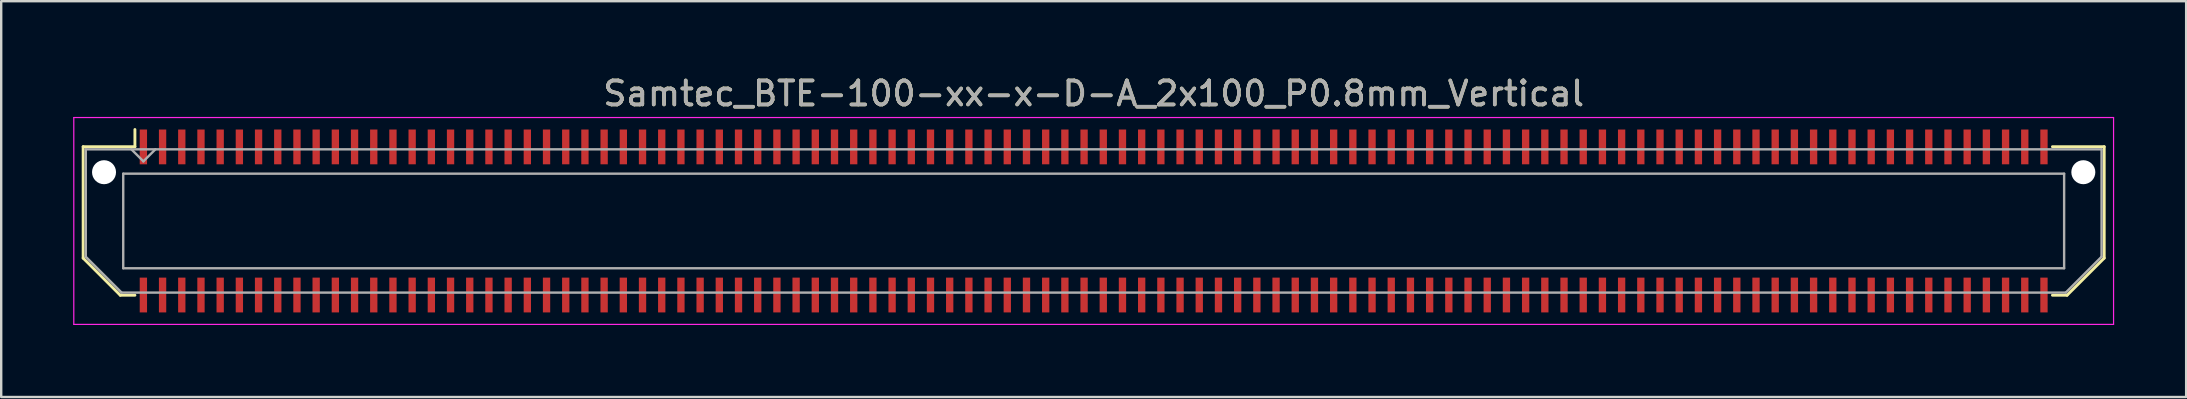
<source format=kicad_pcb>
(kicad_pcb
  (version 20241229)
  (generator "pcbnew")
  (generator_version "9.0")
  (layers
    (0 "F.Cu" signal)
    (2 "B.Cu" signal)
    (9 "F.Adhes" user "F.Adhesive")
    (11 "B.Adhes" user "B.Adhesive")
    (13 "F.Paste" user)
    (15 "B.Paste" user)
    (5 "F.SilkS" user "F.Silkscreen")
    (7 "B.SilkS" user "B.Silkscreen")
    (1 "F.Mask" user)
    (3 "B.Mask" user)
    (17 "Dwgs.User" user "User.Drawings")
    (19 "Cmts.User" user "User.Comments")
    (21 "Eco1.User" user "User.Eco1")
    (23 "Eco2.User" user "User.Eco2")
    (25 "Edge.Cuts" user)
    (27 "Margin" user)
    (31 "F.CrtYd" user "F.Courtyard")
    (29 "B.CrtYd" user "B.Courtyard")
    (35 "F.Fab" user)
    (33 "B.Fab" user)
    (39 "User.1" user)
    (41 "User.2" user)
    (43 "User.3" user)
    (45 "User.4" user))
  (footprint "Samtec_BTE-100-xx-x-D-A_2x100_P0.8mm_Vertical"
    (layer "F.Cu")
    (at 42.525 6.158)
    (property "Reference" "Samtec_BTE-100-xx-x-D-A_2x100_P0.8mm_Vertical" (at 0 -5.31 0) (layer "F.SilkS") (effects (font (size 1 1) (thickness 0.15))))
    (attr smd)
    (fp_line (start -42.11 -3.095) (end -42.11 1.548) (stroke (width 0.12) (type solid)) (layer "F.SilkS"))
    (fp_line (start -42.11 1.548) (end -40.562 3.095) (stroke (width 0.12) (type solid)) (layer "F.SilkS"))
    (fp_line (start -40.562 3.095) (end -39.953 3.095) (stroke (width 0.12) (type solid)) (layer "F.SilkS"))
    (fp_line (start -39.953 -3.811) (end -39.953 -3.095) (stroke (width 0.12) (type solid)) (layer "F.SilkS"))
    (fp_line (start -39.953 -3.095) (end -42.11 -3.095) (stroke (width 0.12) (type solid)) (layer "F.SilkS"))
    (fp_line (start 39.953 -3.095) (end 42.11 -3.095) (stroke (width 0.12) (type solid)) (layer "F.SilkS"))
    (fp_line (start 40.562 3.095) (end 39.953 3.095) (stroke (width 0.12) (type solid)) (layer "F.SilkS"))
    (fp_line (start 42.11 -3.095) (end 42.11 1.548) (stroke (width 0.12) (type solid)) (layer "F.SilkS"))
    (fp_line (start 42.11 1.548) (end 40.562 3.095) (stroke (width 0.12) (type solid)) (layer "F.SilkS"))
    (fp_line (start -42.5 -4.31) (end -42.5 4.31) (stroke (width 0.05) (type solid)) (layer "F.CrtYd"))
    (fp_line (start -42.5 4.31) (end 42.5 4.31) (stroke (width 0.05) (type solid)) (layer "F.CrtYd"))
    (fp_line (start 42.5 -4.31) (end -42.5 -4.31) (stroke (width 0.05) (type solid)) (layer "F.CrtYd"))
    (fp_line (start 42.5 4.31) (end 42.5 -4.31) (stroke (width 0.05) (type solid)) (layer "F.CrtYd"))
    (fp_line (start -42 -2.985) (end -42 1.492) (stroke (width 0.1) (type solid)) (layer "F.Fab"))
    (fp_line (start -42 -2.985) (end 42 -2.985) (stroke (width 0.1) (type solid)) (layer "F.Fab"))
    (fp_line (start -42 1.492) (end -40.508 2.985) (stroke (width 0.1) (type solid)) (layer "F.Fab"))
    (fp_line (start -40.508 2.985) (end 40.508 2.985) (stroke (width 0.1) (type solid)) (layer "F.Fab"))
    (fp_line (start -40.44 -1.97) (end -40.44 1.97) (stroke (width 0.1) (type solid)) (layer "F.Fab"))
    (fp_line (start -40.44 1.97) (end 40.44 1.97) (stroke (width 0.1) (type solid)) (layer "F.Fab"))
    (fp_line (start -39.6 -2.485) (end -40.1 -2.985) (stroke (width 0.1) (type solid)) (layer "F.Fab"))
    (fp_line (start -39.1 -2.985) (end -39.6 -2.485) (stroke (width 0.1) (type solid)) (layer "F.Fab"))
    (fp_line (start 40.44 -1.97) (end -40.44 -1.97) (stroke (width 0.1) (type solid)) (layer "F.Fab"))
    (fp_line (start 40.44 1.97) (end 40.44 -1.97) (stroke (width 0.1) (type solid)) (layer "F.Fab"))
    (fp_line (start 42 -2.985) (end 42 1.492) (stroke (width 0.1) (type solid)) (layer "F.Fab"))
    (fp_line (start 42 1.492) (end 40.508 2.985) (stroke (width 0.1) (type solid)) (layer "F.Fab"))
    (fp_text user "${REFERENCE}" (at 0 -5.31 0) (layer "F.Fab") (effects (font (size 1 1) (thickness 0.15))))
    (pad "" np_thru_hole circle (at -41.24 -2.032) (size 1 1) (drill 1) (layers "*.Cu" "*.Mask"))
    (pad "" np_thru_hole circle (at 41.24 -2.032) (size 1 1) (drill 1) (layers "*.Cu" "*.Mask"))
    (pad "1" smd rect (at -39.6 -3.086) (size 0.305 1.45) (layers "F.Cu" "F.Mask" "F.Paste"))
    (pad "2" smd rect (at -39.6 3.086) (size 0.305 1.45) (layers "F.Cu" "F.Mask" "F.Paste"))
    (pad "3" smd rect (at -38.8 -3.086) (size 0.305 1.45) (layers "F.Cu" "F.Mask" "F.Paste"))
    (pad "4" smd rect (at -38.8 3.086) (size 0.305 1.45) (layers "F.Cu" "F.Mask" "F.Paste"))
    (pad "5" smd rect (at -38 -3.086) (size 0.305 1.45) (layers "F.Cu" "F.Mask" "F.Paste"))
    (pad "6" smd rect (at -38 3.086) (size 0.305 1.45) (layers "F.Cu" "F.Mask" "F.Paste"))
    (pad "7" smd rect (at -37.2 -3.086) (size 0.305 1.45) (layers "F.Cu" "F.Mask" "F.Paste"))
    (pad "8" smd rect (at -37.2 3.086) (size 0.305 1.45) (layers "F.Cu" "F.Mask" "F.Paste"))
    (pad "9" smd rect (at -36.4 -3.086) (size 0.305 1.45) (layers "F.Cu" "F.Mask" "F.Paste"))
    (pad "10" smd rect (at -36.4 3.086) (size 0.305 1.45) (layers "F.Cu" "F.Mask" "F.Paste"))
    (pad "11" smd rect (at -35.6 -3.086) (size 0.305 1.45) (layers "F.Cu" "F.Mask" "F.Paste"))
    (pad "12" smd rect (at -35.6 3.086) (size 0.305 1.45) (layers "F.Cu" "F.Mask" "F.Paste"))
    (pad "13" smd rect (at -34.8 -3.086) (size 0.305 1.45) (layers "F.Cu" "F.Mask" "F.Paste"))
    (pad "14" smd rect (at -34.8 3.086) (size 0.305 1.45) (layers "F.Cu" "F.Mask" "F.Paste"))
    (pad "15" smd rect (at -34 -3.086) (size 0.305 1.45) (layers "F.Cu" "F.Mask" "F.Paste"))
    (pad "16" smd rect (at -34 3.086) (size 0.305 1.45) (layers "F.Cu" "F.Mask" "F.Paste"))
    (pad "17" smd rect (at -33.2 -3.086) (size 0.305 1.45) (layers "F.Cu" "F.Mask" "F.Paste"))
    (pad "18" smd rect (at -33.2 3.086) (size 0.305 1.45) (layers "F.Cu" "F.Mask" "F.Paste"))
    (pad "19" smd rect (at -32.4 -3.086) (size 0.305 1.45) (layers "F.Cu" "F.Mask" "F.Paste"))
    (pad "20" smd rect (at -32.4 3.086) (size 0.305 1.45) (layers "F.Cu" "F.Mask" "F.Paste"))
    (pad "21" smd rect (at -31.6 -3.086) (size 0.305 1.45) (layers "F.Cu" "F.Mask" "F.Paste"))
    (pad "22" smd rect (at -31.6 3.086) (size 0.305 1.45) (layers "F.Cu" "F.Mask" "F.Paste"))
    (pad "23" smd rect (at -30.8 -3.086) (size 0.305 1.45) (layers "F.Cu" "F.Mask" "F.Paste"))
    (pad "24" smd rect (at -30.8 3.086) (size 0.305 1.45) (layers "F.Cu" "F.Mask" "F.Paste"))
    (pad "25" smd rect (at -30 -3.086) (size 0.305 1.45) (layers "F.Cu" "F.Mask" "F.Paste"))
    (pad "26" smd rect (at -30 3.086) (size 0.305 1.45) (layers "F.Cu" "F.Mask" "F.Paste"))
    (pad "27" smd rect (at -29.2 -3.086) (size 0.305 1.45) (layers "F.Cu" "F.Mask" "F.Paste"))
    (pad "28" smd rect (at -29.2 3.086) (size 0.305 1.45) (layers "F.Cu" "F.Mask" "F.Paste"))
    (pad "29" smd rect (at -28.4 -3.086) (size 0.305 1.45) (layers "F.Cu" "F.Mask" "F.Paste"))
    (pad "30" smd rect (at -28.4 3.086) (size 0.305 1.45) (layers "F.Cu" "F.Mask" "F.Paste"))
    (pad "31" smd rect (at -27.6 -3.086) (size 0.305 1.45) (layers "F.Cu" "F.Mask" "F.Paste"))
    (pad "32" smd rect (at -27.6 3.086) (size 0.305 1.45) (layers "F.Cu" "F.Mask" "F.Paste"))
    (pad "33" smd rect (at -26.8 -3.086) (size 0.305 1.45) (layers "F.Cu" "F.Mask" "F.Paste"))
    (pad "34" smd rect (at -26.8 3.086) (size 0.305 1.45) (layers "F.Cu" "F.Mask" "F.Paste"))
    (pad "35" smd rect (at -26 -3.086) (size 0.305 1.45) (layers "F.Cu" "F.Mask" "F.Paste"))
    (pad "36" smd rect (at -26 3.086) (size 0.305 1.45) (layers "F.Cu" "F.Mask" "F.Paste"))
    (pad "37" smd rect (at -25.2 -3.086) (size 0.305 1.45) (layers "F.Cu" "F.Mask" "F.Paste"))
    (pad "38" smd rect (at -25.2 3.086) (size 0.305 1.45) (layers "F.Cu" "F.Mask" "F.Paste"))
    (pad "39" smd rect (at -24.4 -3.086) (size 0.305 1.45) (layers "F.Cu" "F.Mask" "F.Paste"))
    (pad "40" smd rect (at -24.4 3.086) (size 0.305 1.45) (layers "F.Cu" "F.Mask" "F.Paste"))
    (pad "41" smd rect (at -23.6 -3.086) (size 0.305 1.45) (layers "F.Cu" "F.Mask" "F.Paste"))
    (pad "42" smd rect (at -23.6 3.086) (size 0.305 1.45) (layers "F.Cu" "F.Mask" "F.Paste"))
    (pad "43" smd rect (at -22.8 -3.086) (size 0.305 1.45) (layers "F.Cu" "F.Mask" "F.Paste"))
    (pad "44" smd rect (at -22.8 3.086) (size 0.305 1.45) (layers "F.Cu" "F.Mask" "F.Paste"))
    (pad "45" smd rect (at -22 -3.086) (size 0.305 1.45) (layers "F.Cu" "F.Mask" "F.Paste"))
    (pad "46" smd rect (at -22 3.086) (size 0.305 1.45) (layers "F.Cu" "F.Mask" "F.Paste"))
    (pad "47" smd rect (at -21.2 -3.086) (size 0.305 1.45) (layers "F.Cu" "F.Mask" "F.Paste"))
    (pad "48" smd rect (at -21.2 3.086) (size 0.305 1.45) (layers "F.Cu" "F.Mask" "F.Paste"))
    (pad "49" smd rect (at -20.4 -3.086) (size 0.305 1.45) (layers "F.Cu" "F.Mask" "F.Paste"))
    (pad "50" smd rect (at -20.4 3.086) (size 0.305 1.45) (layers "F.Cu" "F.Mask" "F.Paste"))
    (pad "51" smd rect (at -19.6 -3.086) (size 0.305 1.45) (layers "F.Cu" "F.Mask" "F.Paste"))
    (pad "52" smd rect (at -19.6 3.086) (size 0.305 1.45) (layers "F.Cu" "F.Mask" "F.Paste"))
    (pad "53" smd rect (at -18.8 -3.086) (size 0.305 1.45) (layers "F.Cu" "F.Mask" "F.Paste"))
    (pad "54" smd rect (at -18.8 3.086) (size 0.305 1.45) (layers "F.Cu" "F.Mask" "F.Paste"))
    (pad "55" smd rect (at -18 -3.086) (size 0.305 1.45) (layers "F.Cu" "F.Mask" "F.Paste"))
    (pad "56" smd rect (at -18 3.086) (size 0.305 1.45) (layers "F.Cu" "F.Mask" "F.Paste"))
    (pad "57" smd rect (at -17.2 -3.086) (size 0.305 1.45) (layers "F.Cu" "F.Mask" "F.Paste"))
    (pad "58" smd rect (at -17.2 3.086) (size 0.305 1.45) (layers "F.Cu" "F.Mask" "F.Paste"))
    (pad "59" smd rect (at -16.4 -3.086) (size 0.305 1.45) (layers "F.Cu" "F.Mask" "F.Paste"))
    (pad "60" smd rect (at -16.4 3.086) (size 0.305 1.45) (layers "F.Cu" "F.Mask" "F.Paste"))
    (pad "61" smd rect (at -15.6 -3.086) (size 0.305 1.45) (layers "F.Cu" "F.Mask" "F.Paste"))
    (pad "62" smd rect (at -15.6 3.086) (size 0.305 1.45) (layers "F.Cu" "F.Mask" "F.Paste"))
    (pad "63" smd rect (at -14.8 -3.086) (size 0.305 1.45) (layers "F.Cu" "F.Mask" "F.Paste"))
    (pad "64" smd rect (at -14.8 3.086) (size 0.305 1.45) (layers "F.Cu" "F.Mask" "F.Paste"))
    (pad "65" smd rect (at -14 -3.086) (size 0.305 1.45) (layers "F.Cu" "F.Mask" "F.Paste"))
    (pad "66" smd rect (at -14 3.086) (size 0.305 1.45) (layers "F.Cu" "F.Mask" "F.Paste"))
    (pad "67" smd rect (at -13.2 -3.086) (size 0.305 1.45) (layers "F.Cu" "F.Mask" "F.Paste"))
    (pad "68" smd rect (at -13.2 3.086) (size 0.305 1.45) (layers "F.Cu" "F.Mask" "F.Paste"))
    (pad "69" smd rect (at -12.4 -3.086) (size 0.305 1.45) (layers "F.Cu" "F.Mask" "F.Paste"))
    (pad "70" smd rect (at -12.4 3.086) (size 0.305 1.45) (layers "F.Cu" "F.Mask" "F.Paste"))
    (pad "71" smd rect (at -11.6 -3.086) (size 0.305 1.45) (layers "F.Cu" "F.Mask" "F.Paste"))
    (pad "72" smd rect (at -11.6 3.086) (size 0.305 1.45) (layers "F.Cu" "F.Mask" "F.Paste"))
    (pad "73" smd rect (at -10.8 -3.086) (size 0.305 1.45) (layers "F.Cu" "F.Mask" "F.Paste"))
    (pad "74" smd rect (at -10.8 3.086) (size 0.305 1.45) (layers "F.Cu" "F.Mask" "F.Paste"))
    (pad "75" smd rect (at -10 -3.086) (size 0.305 1.45) (layers "F.Cu" "F.Mask" "F.Paste"))
    (pad "76" smd rect (at -10 3.086) (size 0.305 1.45) (layers "F.Cu" "F.Mask" "F.Paste"))
    (pad "77" smd rect (at -9.2 -3.086) (size 0.305 1.45) (layers "F.Cu" "F.Mask" "F.Paste"))
    (pad "78" smd rect (at -9.2 3.086) (size 0.305 1.45) (layers "F.Cu" "F.Mask" "F.Paste"))
    (pad "79" smd rect (at -8.4 -3.086) (size 0.305 1.45) (layers "F.Cu" "F.Mask" "F.Paste"))
    (pad "80" smd rect (at -8.4 3.086) (size 0.305 1.45) (layers "F.Cu" "F.Mask" "F.Paste"))
    (pad "81" smd rect (at -7.6 -3.086) (size 0.305 1.45) (layers "F.Cu" "F.Mask" "F.Paste"))
    (pad "82" smd rect (at -7.6 3.086) (size 0.305 1.45) (layers "F.Cu" "F.Mask" "F.Paste"))
    (pad "83" smd rect (at -6.8 -3.086) (size 0.305 1.45) (layers "F.Cu" "F.Mask" "F.Paste"))
    (pad "84" smd rect (at -6.8 3.086) (size 0.305 1.45) (layers "F.Cu" "F.Mask" "F.Paste"))
    (pad "85" smd rect (at -6 -3.086) (size 0.305 1.45) (layers "F.Cu" "F.Mask" "F.Paste"))
    (pad "86" smd rect (at -6 3.086) (size 0.305 1.45) (layers "F.Cu" "F.Mask" "F.Paste"))
    (pad "87" smd rect (at -5.2 -3.086) (size 0.305 1.45) (layers "F.Cu" "F.Mask" "F.Paste"))
    (pad "88" smd rect (at -5.2 3.086) (size 0.305 1.45) (layers "F.Cu" "F.Mask" "F.Paste"))
    (pad "89" smd rect (at -4.4 -3.086) (size 0.305 1.45) (layers "F.Cu" "F.Mask" "F.Paste"))
    (pad "90" smd rect (at -4.4 3.086) (size 0.305 1.45) (layers "F.Cu" "F.Mask" "F.Paste"))
    (pad "91" smd rect (at -3.6 -3.086) (size 0.305 1.45) (layers "F.Cu" "F.Mask" "F.Paste"))
    (pad "92" smd rect (at -3.6 3.086) (size 0.305 1.45) (layers "F.Cu" "F.Mask" "F.Paste"))
    (pad "93" smd rect (at -2.8 -3.086) (size 0.305 1.45) (layers "F.Cu" "F.Mask" "F.Paste"))
    (pad "94" smd rect (at -2.8 3.086) (size 0.305 1.45) (layers "F.Cu" "F.Mask" "F.Paste"))
    (pad "95" smd rect (at -2 -3.086) (size 0.305 1.45) (layers "F.Cu" "F.Mask" "F.Paste"))
    (pad "96" smd rect (at -2 3.086) (size 0.305 1.45) (layers "F.Cu" "F.Mask" "F.Paste"))
    (pad "97" smd rect (at -1.2 -3.086) (size 0.305 1.45) (layers "F.Cu" "F.Mask" "F.Paste"))
    (pad "98" smd rect (at -1.2 3.086) (size 0.305 1.45) (layers "F.Cu" "F.Mask" "F.Paste"))
    (pad "99" smd rect (at -0.4 -3.086) (size 0.305 1.45) (layers "F.Cu" "F.Mask" "F.Paste"))
    (pad "100" smd rect (at -0.4 3.086) (size 0.305 1.45) (layers "F.Cu" "F.Mask" "F.Paste"))
    (pad "101" smd rect (at 0.4 -3.086) (size 0.305 1.45) (layers "F.Cu" "F.Mask" "F.Paste"))
    (pad "102" smd rect (at 0.4 3.086) (size 0.305 1.45) (layers "F.Cu" "F.Mask" "F.Paste"))
    (pad "103" smd rect (at 1.2 -3.086) (size 0.305 1.45) (layers "F.Cu" "F.Mask" "F.Paste"))
    (pad "104" smd rect (at 1.2 3.086) (size 0.305 1.45) (layers "F.Cu" "F.Mask" "F.Paste"))
    (pad "105" smd rect (at 2 -3.086) (size 0.305 1.45) (layers "F.Cu" "F.Mask" "F.Paste"))
    (pad "106" smd rect (at 2 3.086) (size 0.305 1.45) (layers "F.Cu" "F.Mask" "F.Paste"))
    (pad "107" smd rect (at 2.8 -3.086) (size 0.305 1.45) (layers "F.Cu" "F.Mask" "F.Paste"))
    (pad "108" smd rect (at 2.8 3.086) (size 0.305 1.45) (layers "F.Cu" "F.Mask" "F.Paste"))
    (pad "109" smd rect (at 3.6 -3.086) (size 0.305 1.45) (layers "F.Cu" "F.Mask" "F.Paste"))
    (pad "110" smd rect (at 3.6 3.086) (size 0.305 1.45) (layers "F.Cu" "F.Mask" "F.Paste"))
    (pad "111" smd rect (at 4.4 -3.086) (size 0.305 1.45) (layers "F.Cu" "F.Mask" "F.Paste"))
    (pad "112" smd rect (at 4.4 3.086) (size 0.305 1.45) (layers "F.Cu" "F.Mask" "F.Paste"))
    (pad "113" smd rect (at 5.2 -3.086) (size 0.305 1.45) (layers "F.Cu" "F.Mask" "F.Paste"))
    (pad "114" smd rect (at 5.2 3.086) (size 0.305 1.45) (layers "F.Cu" "F.Mask" "F.Paste"))
    (pad "115" smd rect (at 6 -3.086) (size 0.305 1.45) (layers "F.Cu" "F.Mask" "F.Paste"))
    (pad "116" smd rect (at 6 3.086) (size 0.305 1.45) (layers "F.Cu" "F.Mask" "F.Paste"))
    (pad "117" smd rect (at 6.8 -3.086) (size 0.305 1.45) (layers "F.Cu" "F.Mask" "F.Paste"))
    (pad "118" smd rect (at 6.8 3.086) (size 0.305 1.45) (layers "F.Cu" "F.Mask" "F.Paste"))
    (pad "119" smd rect (at 7.6 -3.086) (size 0.305 1.45) (layers "F.Cu" "F.Mask" "F.Paste"))
    (pad "120" smd rect (at 7.6 3.086) (size 0.305 1.45) (layers "F.Cu" "F.Mask" "F.Paste"))
    (pad "121" smd rect (at 8.4 -3.086) (size 0.305 1.45) (layers "F.Cu" "F.Mask" "F.Paste"))
    (pad "122" smd rect (at 8.4 3.086) (size 0.305 1.45) (layers "F.Cu" "F.Mask" "F.Paste"))
    (pad "123" smd rect (at 9.2 -3.086) (size 0.305 1.45) (layers "F.Cu" "F.Mask" "F.Paste"))
    (pad "124" smd rect (at 9.2 3.086) (size 0.305 1.45) (layers "F.Cu" "F.Mask" "F.Paste"))
    (pad "125" smd rect (at 10 -3.086) (size 0.305 1.45) (layers "F.Cu" "F.Mask" "F.Paste"))
    (pad "126" smd rect (at 10 3.086) (size 0.305 1.45) (layers "F.Cu" "F.Mask" "F.Paste"))
    (pad "127" smd rect (at 10.8 -3.086) (size 0.305 1.45) (layers "F.Cu" "F.Mask" "F.Paste"))
    (pad "128" smd rect (at 10.8 3.086) (size 0.305 1.45) (layers "F.Cu" "F.Mask" "F.Paste"))
    (pad "129" smd rect (at 11.6 -3.086) (size 0.305 1.45) (layers "F.Cu" "F.Mask" "F.Paste"))
    (pad "130" smd rect (at 11.6 3.086) (size 0.305 1.45) (layers "F.Cu" "F.Mask" "F.Paste"))
    (pad "131" smd rect (at 12.4 -3.086) (size 0.305 1.45) (layers "F.Cu" "F.Mask" "F.Paste"))
    (pad "132" smd rect (at 12.4 3.086) (size 0.305 1.45) (layers "F.Cu" "F.Mask" "F.Paste"))
    (pad "133" smd rect (at 13.2 -3.086) (size 0.305 1.45) (layers "F.Cu" "F.Mask" "F.Paste"))
    (pad "134" smd rect (at 13.2 3.086) (size 0.305 1.45) (layers "F.Cu" "F.Mask" "F.Paste"))
    (pad "135" smd rect (at 14 -3.086) (size 0.305 1.45) (layers "F.Cu" "F.Mask" "F.Paste"))
    (pad "136" smd rect (at 14 3.086) (size 0.305 1.45) (layers "F.Cu" "F.Mask" "F.Paste"))
    (pad "137" smd rect (at 14.8 -3.086) (size 0.305 1.45) (layers "F.Cu" "F.Mask" "F.Paste"))
    (pad "138" smd rect (at 14.8 3.086) (size 0.305 1.45) (layers "F.Cu" "F.Mask" "F.Paste"))
    (pad "139" smd rect (at 15.6 -3.086) (size 0.305 1.45) (layers "F.Cu" "F.Mask" "F.Paste"))
    (pad "140" smd rect (at 15.6 3.086) (size 0.305 1.45) (layers "F.Cu" "F.Mask" "F.Paste"))
    (pad "141" smd rect (at 16.4 -3.086) (size 0.305 1.45) (layers "F.Cu" "F.Mask" "F.Paste"))
    (pad "142" smd rect (at 16.4 3.086) (size 0.305 1.45) (layers "F.Cu" "F.Mask" "F.Paste"))
    (pad "143" smd rect (at 17.2 -3.086) (size 0.305 1.45) (layers "F.Cu" "F.Mask" "F.Paste"))
    (pad "144" smd rect (at 17.2 3.086) (size 0.305 1.45) (layers "F.Cu" "F.Mask" "F.Paste"))
    (pad "145" smd rect (at 18 -3.086) (size 0.305 1.45) (layers "F.Cu" "F.Mask" "F.Paste"))
    (pad "146" smd rect (at 18 3.086) (size 0.305 1.45) (layers "F.Cu" "F.Mask" "F.Paste"))
    (pad "147" smd rect (at 18.8 -3.086) (size 0.305 1.45) (layers "F.Cu" "F.Mask" "F.Paste"))
    (pad "148" smd rect (at 18.8 3.086) (size 0.305 1.45) (layers "F.Cu" "F.Mask" "F.Paste"))
    (pad "149" smd rect (at 19.6 -3.086) (size 0.305 1.45) (layers "F.Cu" "F.Mask" "F.Paste"))
    (pad "150" smd rect (at 19.6 3.086) (size 0.305 1.45) (layers "F.Cu" "F.Mask" "F.Paste"))
    (pad "151" smd rect (at 20.4 -3.086) (size 0.305 1.45) (layers "F.Cu" "F.Mask" "F.Paste"))
    (pad "152" smd rect (at 20.4 3.086) (size 0.305 1.45) (layers "F.Cu" "F.Mask" "F.Paste"))
    (pad "153" smd rect (at 21.2 -3.086) (size 0.305 1.45) (layers "F.Cu" "F.Mask" "F.Paste"))
    (pad "154" smd rect (at 21.2 3.086) (size 0.305 1.45) (layers "F.Cu" "F.Mask" "F.Paste"))
    (pad "155" smd rect (at 22 -3.086) (size 0.305 1.45) (layers "F.Cu" "F.Mask" "F.Paste"))
    (pad "156" smd rect (at 22 3.086) (size 0.305 1.45) (layers "F.Cu" "F.Mask" "F.Paste"))
    (pad "157" smd rect (at 22.8 -3.086) (size 0.305 1.45) (layers "F.Cu" "F.Mask" "F.Paste"))
    (pad "158" smd rect (at 22.8 3.086) (size 0.305 1.45) (layers "F.Cu" "F.Mask" "F.Paste"))
    (pad "159" smd rect (at 23.6 -3.086) (size 0.305 1.45) (layers "F.Cu" "F.Mask" "F.Paste"))
    (pad "160" smd rect (at 23.6 3.086) (size 0.305 1.45) (layers "F.Cu" "F.Mask" "F.Paste"))
    (pad "161" smd rect (at 24.4 -3.086) (size 0.305 1.45) (layers "F.Cu" "F.Mask" "F.Paste"))
    (pad "162" smd rect (at 24.4 3.086) (size 0.305 1.45) (layers "F.Cu" "F.Mask" "F.Paste"))
    (pad "163" smd rect (at 25.2 -3.086) (size 0.305 1.45) (layers "F.Cu" "F.Mask" "F.Paste"))
    (pad "164" smd rect (at 25.2 3.086) (size 0.305 1.45) (layers "F.Cu" "F.Mask" "F.Paste"))
    (pad "165" smd rect (at 26 -3.086) (size 0.305 1.45) (layers "F.Cu" "F.Mask" "F.Paste"))
    (pad "166" smd rect (at 26 3.086) (size 0.305 1.45) (layers "F.Cu" "F.Mask" "F.Paste"))
    (pad "167" smd rect (at 26.8 -3.086) (size 0.305 1.45) (layers "F.Cu" "F.Mask" "F.Paste"))
    (pad "168" smd rect (at 26.8 3.086) (size 0.305 1.45) (layers "F.Cu" "F.Mask" "F.Paste"))
    (pad "169" smd rect (at 27.6 -3.086) (size 0.305 1.45) (layers "F.Cu" "F.Mask" "F.Paste"))
    (pad "170" smd rect (at 27.6 3.086) (size 0.305 1.45) (layers "F.Cu" "F.Mask" "F.Paste"))
    (pad "171" smd rect (at 28.4 -3.086) (size 0.305 1.45) (layers "F.Cu" "F.Mask" "F.Paste"))
    (pad "172" smd rect (at 28.4 3.086) (size 0.305 1.45) (layers "F.Cu" "F.Mask" "F.Paste"))
    (pad "173" smd rect (at 29.2 -3.086) (size 0.305 1.45) (layers "F.Cu" "F.Mask" "F.Paste"))
    (pad "174" smd rect (at 29.2 3.086) (size 0.305 1.45) (layers "F.Cu" "F.Mask" "F.Paste"))
    (pad "175" smd rect (at 30 -3.086) (size 0.305 1.45) (layers "F.Cu" "F.Mask" "F.Paste"))
    (pad "176" smd rect (at 30 3.086) (size 0.305 1.45) (layers "F.Cu" "F.Mask" "F.Paste"))
    (pad "177" smd rect (at 30.8 -3.086) (size 0.305 1.45) (layers "F.Cu" "F.Mask" "F.Paste"))
    (pad "178" smd rect (at 30.8 3.086) (size 0.305 1.45) (layers "F.Cu" "F.Mask" "F.Paste"))
    (pad "179" smd rect (at 31.6 -3.086) (size 0.305 1.45) (layers "F.Cu" "F.Mask" "F.Paste"))
    (pad "180" smd rect (at 31.6 3.086) (size 0.305 1.45) (layers "F.Cu" "F.Mask" "F.Paste"))
    (pad "181" smd rect (at 32.4 -3.086) (size 0.305 1.45) (layers "F.Cu" "F.Mask" "F.Paste"))
    (pad "182" smd rect (at 32.4 3.086) (size 0.305 1.45) (layers "F.Cu" "F.Mask" "F.Paste"))
    (pad "183" smd rect (at 33.2 -3.086) (size 0.305 1.45) (layers "F.Cu" "F.Mask" "F.Paste"))
    (pad "184" smd rect (at 33.2 3.086) (size 0.305 1.45) (layers "F.Cu" "F.Mask" "F.Paste"))
    (pad "185" smd rect (at 34 -3.086) (size 0.305 1.45) (layers "F.Cu" "F.Mask" "F.Paste"))
    (pad "186" smd rect (at 34 3.086) (size 0.305 1.45) (layers "F.Cu" "F.Mask" "F.Paste"))
    (pad "187" smd rect (at 34.8 -3.086) (size 0.305 1.45) (layers "F.Cu" "F.Mask" "F.Paste"))
    (pad "188" smd rect (at 34.8 3.086) (size 0.305 1.45) (layers "F.Cu" "F.Mask" "F.Paste"))
    (pad "189" smd rect (at 35.6 -3.086) (size 0.305 1.45) (layers "F.Cu" "F.Mask" "F.Paste"))
    (pad "190" smd rect (at 35.6 3.086) (size 0.305 1.45) (layers "F.Cu" "F.Mask" "F.Paste"))
    (pad "191" smd rect (at 36.4 -3.086) (size 0.305 1.45) (layers "F.Cu" "F.Mask" "F.Paste"))
    (pad "192" smd rect (at 36.4 3.086) (size 0.305 1.45) (layers "F.Cu" "F.Mask" "F.Paste"))
    (pad "193" smd rect (at 37.2 -3.086) (size 0.305 1.45) (layers "F.Cu" "F.Mask" "F.Paste"))
    (pad "194" smd rect (at 37.2 3.086) (size 0.305 1.45) (layers "F.Cu" "F.Mask" "F.Paste"))
    (pad "195" smd rect (at 38 -3.086) (size 0.305 1.45) (layers "F.Cu" "F.Mask" "F.Paste"))
    (pad "196" smd rect (at 38 3.086) (size 0.305 1.45) (layers "F.Cu" "F.Mask" "F.Paste"))
    (pad "197" smd rect (at 38.8 -3.086) (size 0.305 1.45) (layers "F.Cu" "F.Mask" "F.Paste"))
    (pad "198" smd rect (at 38.8 3.086) (size 0.305 1.45) (layers "F.Cu" "F.Mask" "F.Paste"))
    (pad "199" smd rect (at 39.6 -3.086) (size 0.305 1.45) (layers "F.Cu" "F.Mask" "F.Paste"))
    (pad "200" smd rect (at 39.6 3.086) (size 0.305 1.45) (layers "F.Cu" "F.Mask" "F.Paste")))
  (gr_rect
    (start -3 -3)
    (end 88.05 13.493)
    (stroke (width 0.1) (type default))
    (fill no)
    (layer "Edge.Cuts")))
</source>
